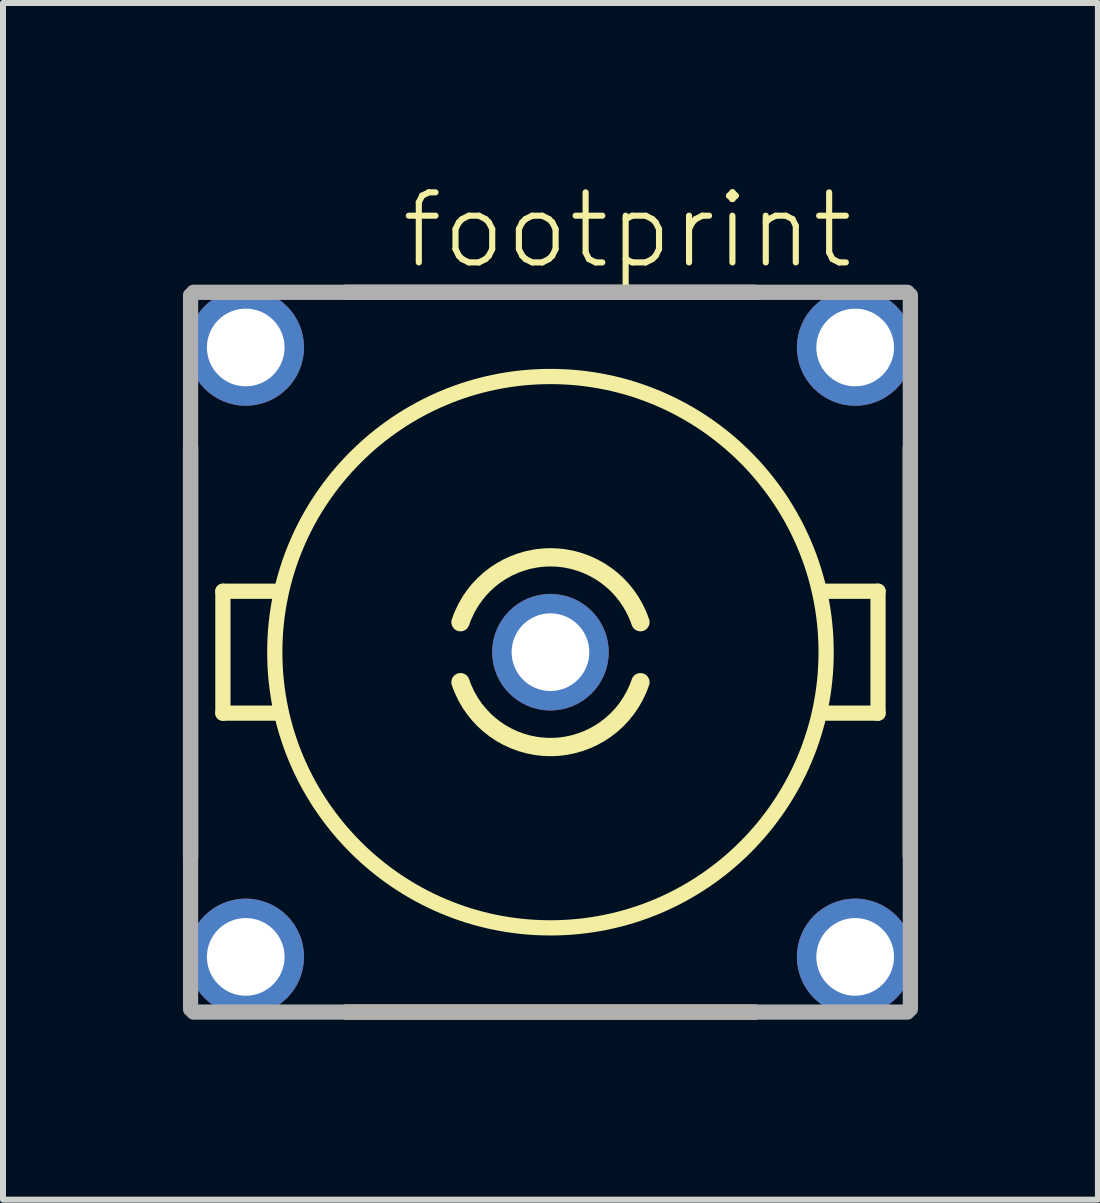
<source format=kicad_pcb>
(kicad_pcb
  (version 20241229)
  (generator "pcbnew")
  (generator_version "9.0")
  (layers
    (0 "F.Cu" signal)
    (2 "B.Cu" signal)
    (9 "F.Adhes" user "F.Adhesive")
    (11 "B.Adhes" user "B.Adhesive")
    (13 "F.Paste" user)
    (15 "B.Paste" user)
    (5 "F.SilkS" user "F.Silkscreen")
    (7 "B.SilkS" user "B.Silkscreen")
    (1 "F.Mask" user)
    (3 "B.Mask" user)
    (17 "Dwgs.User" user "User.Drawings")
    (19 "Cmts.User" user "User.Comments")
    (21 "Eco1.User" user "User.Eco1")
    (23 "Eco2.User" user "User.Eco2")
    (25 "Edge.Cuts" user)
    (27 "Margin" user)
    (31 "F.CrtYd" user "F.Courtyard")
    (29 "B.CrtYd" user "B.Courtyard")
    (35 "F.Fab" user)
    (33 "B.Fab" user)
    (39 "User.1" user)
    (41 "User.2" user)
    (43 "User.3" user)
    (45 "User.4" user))
  (footprint "footprint"
    (layer "F.Cu")
    (at 6.127 7.823)
    (property "Reference" "footprint" (at -2.54 -6.35 0) (layer "F.SilkS") (effects (font (size 1.168 1.168) (thickness 0.102)) (justify left bottom)))
    (fp_line (start -6 -3.41) (end -6 3.41) (stroke (width 0.254) (type solid)) (layer "F.SilkS"))
    (fp_line (start -5.461 -1.016) (end -5.461 1.016) (stroke (width 0.254) (type solid)) (layer "F.SilkS"))
    (fp_line (start -5.461 1.016) (end -4.572 1.016) (stroke (width 0.254) (type solid)) (layer "F.SilkS"))
    (fp_line (start -4.572 -1.016) (end -5.461 -1.016) (stroke (width 0.254) (type solid)) (layer "F.SilkS"))
    (fp_line (start -3.41 6) (end 3.41 6) (stroke (width 0.254) (type solid)) (layer "F.SilkS"))
    (fp_line (start 3.41 -6) (end -3.41 -6) (stroke (width 0.254) (type solid)) (layer "F.SilkS"))
    (fp_line (start 4.572 1.016) (end 5.461 1.016) (stroke (width 0.254) (type solid)) (layer "F.SilkS"))
    (fp_line (start 5.461 -1.016) (end 4.572 -1.016) (stroke (width 0.254) (type solid)) (layer "F.SilkS"))
    (fp_line (start 5.461 1.016) (end 5.461 -1.016) (stroke (width 0.254) (type solid)) (layer "F.SilkS"))
    (fp_line (start 6 3.41) (end 6 -3.41) (stroke (width 0.254) (type solid)) (layer "F.SilkS"))
    (fp_arc (start -1.5 -0.5) (mid 0 -1.581139) (end 1.5 -0.5) (stroke (width 0.3048) (type solid)) (layer "F.SilkS"))
    (fp_arc (start 1.5 0.5) (mid 0 1.581139) (end -1.5 0.5) (stroke (width 0.3048) (type solid)) (layer "F.SilkS"))
    (fp_circle (center 0 0) (end 4.596 0) (stroke (width 0.254) (type solid)) (fill no) (layer "F.SilkS"))
    (fp_line (start -6 -5.95) (end -6 5.95) (stroke (width 0.254) (type solid)) (layer "F.Fab"))
    (fp_line (start -5.95 6) (end 5.95 6) (stroke (width 0.254) (type solid)) (layer "F.Fab"))
    (fp_line (start 5.95 -6) (end -5.95 -6) (stroke (width 0.254) (type solid)) (layer "F.Fab"))
    (fp_line (start 6 5.95) (end 6 -5.95) (stroke (width 0.254) (type solid)) (layer "F.Fab"))
    (pad "1" thru_hole circle (at 0 0) (size 1.943 1.943) (drill 1.295) (layers "*.Cu" "*.Mask"))
    (pad "2" thru_hole circle (at 5.08 -5.08) (size 1.943 1.943) (drill 1.295) (layers "*.Cu" "*.Mask"))
    (pad "3" thru_hole circle (at -5.08 -5.08) (size 1.943 1.943) (drill 1.295) (layers "*.Cu" "*.Mask"))
    (pad "4" thru_hole circle (at -5.08 5.08) (size 1.943 1.943) (drill 1.295) (layers "*.Cu" "*.Mask"))
    (pad "5" thru_hole circle (at 5.08 5.08) (size 1.943 1.943) (drill 1.295) (layers "*.Cu" "*.Mask")))
  (gr_rect
    (start -3 -3)
    (end 15.254 16.95)
    (stroke (width 0.1) (type default))
    (fill no)
    (layer "Edge.Cuts")))
</source>
